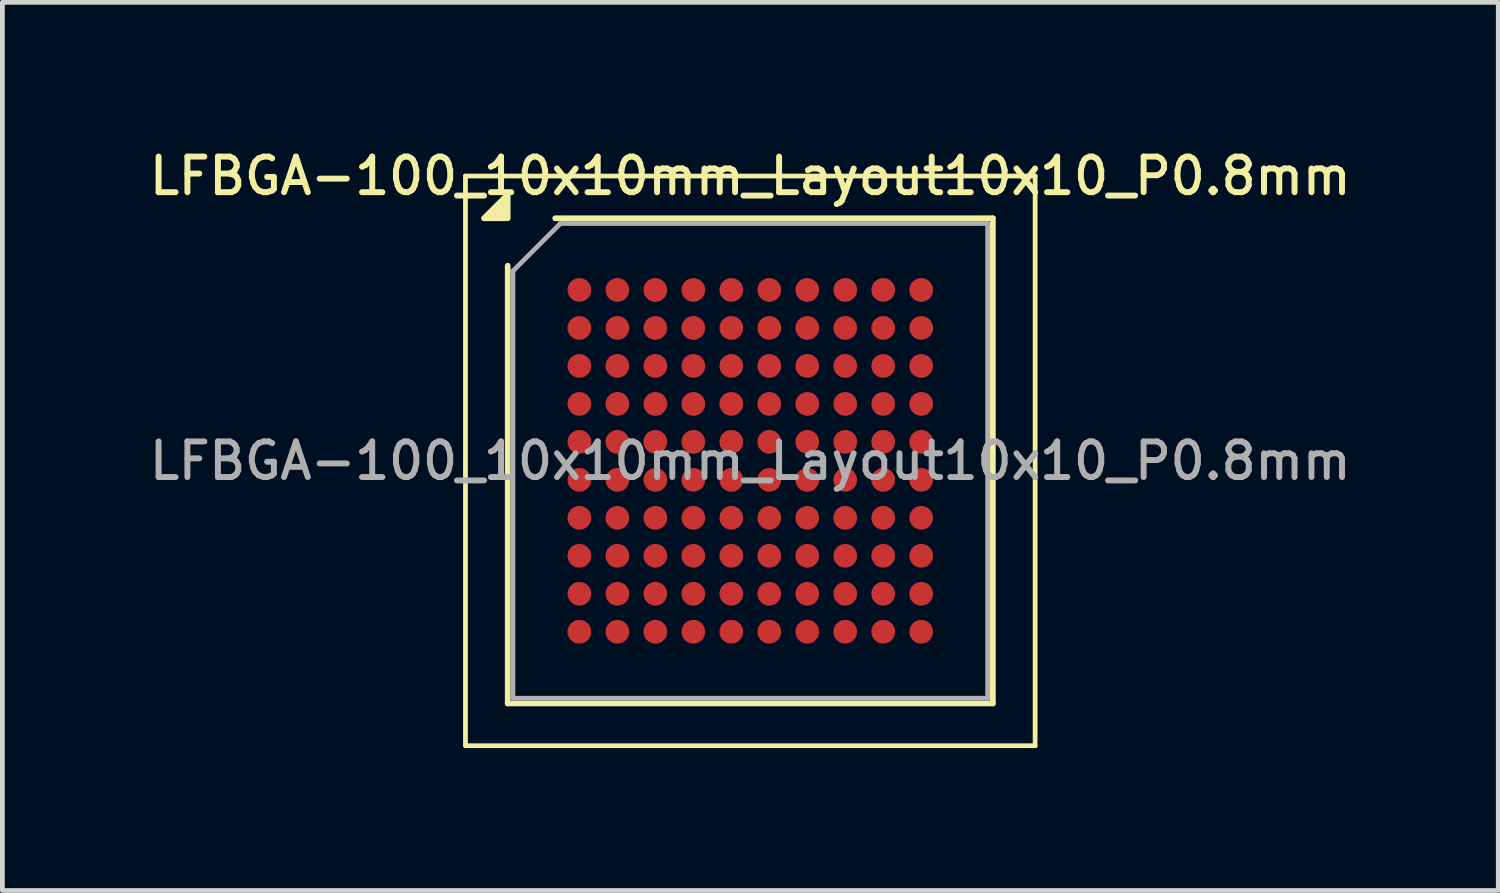
<source format=kicad_pcb>
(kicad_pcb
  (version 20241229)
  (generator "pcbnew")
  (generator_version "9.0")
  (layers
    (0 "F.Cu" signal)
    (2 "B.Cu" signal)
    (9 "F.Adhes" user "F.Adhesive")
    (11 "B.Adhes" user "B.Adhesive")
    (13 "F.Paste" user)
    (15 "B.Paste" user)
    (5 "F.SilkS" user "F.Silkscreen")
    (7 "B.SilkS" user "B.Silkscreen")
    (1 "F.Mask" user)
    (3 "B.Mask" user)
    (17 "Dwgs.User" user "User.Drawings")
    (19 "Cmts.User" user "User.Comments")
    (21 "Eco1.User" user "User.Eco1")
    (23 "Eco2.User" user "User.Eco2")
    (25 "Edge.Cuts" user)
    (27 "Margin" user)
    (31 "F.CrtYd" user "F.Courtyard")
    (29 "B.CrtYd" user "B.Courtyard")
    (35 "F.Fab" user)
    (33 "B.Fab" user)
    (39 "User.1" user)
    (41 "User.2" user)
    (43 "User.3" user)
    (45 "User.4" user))
  (footprint "LFBGA-100_10x10mm_Layout10x10_P0.8mm"
    (layer "F.Cu")
    (at 12.755 6.658)
    (property "Reference" "LFBGA-100_10x10mm_Layout10x10_P0.8mm" (at 0 -6 0) (layer "F.SilkS") (effects (font (size 0.75 0.75) (thickness 0.125))))
    (attr smd)
    (fp_line (start -6 -6) (end -6 6) (stroke (width 0.1) (type solid)) (layer "F.SilkS"))
    (fp_line (start -6 6) (end 6 6) (stroke (width 0.1) (type solid)) (layer "F.SilkS"))
    (fp_line (start -5.11 5.11) (end -5.11 -4.11) (stroke (width 0.12) (type solid)) (layer "F.SilkS"))
    (fp_line (start -4.11 -5.11) (end 5.11 -5.11) (stroke (width 0.12) (type solid)) (layer "F.SilkS"))
    (fp_line (start 5.11 -5.11) (end 5.11 5.11) (stroke (width 0.12) (type solid)) (layer "F.SilkS"))
    (fp_line (start 5.11 5.11) (end -5.11 5.11) (stroke (width 0.12) (type solid)) (layer "F.SilkS"))
    (fp_line (start 6 -6) (end -6 -6) (stroke (width 0.1) (type solid)) (layer "F.SilkS"))
    (fp_line (start 6 6) (end 6 -6) (stroke (width 0.1) (type solid)) (layer "F.SilkS"))
    (fp_poly (pts (xy -5.11 -5.11) (xy -5.61 -5.11) (xy -5.11 -5.61) (xy -5.11 -5.11)) (stroke (width 0.12) (type solid)) (fill yes) (layer "F.SilkS"))
    (fp_line (start -5 -4) (end -4 -5) (stroke (width 0.1) (type solid)) (layer "F.Fab"))
    (fp_line (start -5 5) (end -5 -4) (stroke (width 0.1) (type solid)) (layer "F.Fab"))
    (fp_line (start -4 -5) (end 5 -5) (stroke (width 0.1) (type solid)) (layer "F.Fab"))
    (fp_line (start 5 -5) (end 5 5) (stroke (width 0.1) (type solid)) (layer "F.Fab"))
    (fp_line (start 5 5) (end -5 5) (stroke (width 0.1) (type solid)) (layer "F.Fab"))
    (fp_text user "${REFERENCE}" (at 0 0 0) (layer "F.Fab") (effects (font (size 0.75 0.75) (thickness 0.125))))
    (pad "A1" smd circle (at -3.6 -3.6) (size 0.5 0.5) (property pad_prop_bga) (layers "F.Cu" "F.Mask" "F.Paste"))
    (pad "A2" smd circle (at -2.8 -3.6) (size 0.5 0.5) (property pad_prop_bga) (layers "F.Cu" "F.Mask" "F.Paste"))
    (pad "A3" smd circle (at -2 -3.6) (size 0.5 0.5) (property pad_prop_bga) (layers "F.Cu" "F.Mask" "F.Paste"))
    (pad "A4" smd circle (at -1.2 -3.6) (size 0.5 0.5) (property pad_prop_bga) (layers "F.Cu" "F.Mask" "F.Paste"))
    (pad "A5" smd circle (at -0.4 -3.6) (size 0.5 0.5) (property pad_prop_bga) (layers "F.Cu" "F.Mask" "F.Paste"))
    (pad "A6" smd circle (at 0.4 -3.6) (size 0.5 0.5) (property pad_prop_bga) (layers "F.Cu" "F.Mask" "F.Paste"))
    (pad "A7" smd circle (at 1.2 -3.6) (size 0.5 0.5) (property pad_prop_bga) (layers "F.Cu" "F.Mask" "F.Paste"))
    (pad "A8" smd circle (at 2 -3.6) (size 0.5 0.5) (property pad_prop_bga) (layers "F.Cu" "F.Mask" "F.Paste"))
    (pad "A9" smd circle (at 2.8 -3.6) (size 0.5 0.5) (property pad_prop_bga) (layers "F.Cu" "F.Mask" "F.Paste"))
    (pad "A10" smd circle (at 3.6 -3.6) (size 0.5 0.5) (property pad_prop_bga) (layers "F.Cu" "F.Mask" "F.Paste"))
    (pad "B1" smd circle (at -3.6 -2.8) (size 0.5 0.5) (property pad_prop_bga) (layers "F.Cu" "F.Mask" "F.Paste"))
    (pad "B2" smd circle (at -2.8 -2.8) (size 0.5 0.5) (property pad_prop_bga) (layers "F.Cu" "F.Mask" "F.Paste"))
    (pad "B3" smd circle (at -2 -2.8) (size 0.5 0.5) (property pad_prop_bga) (layers "F.Cu" "F.Mask" "F.Paste"))
    (pad "B4" smd circle (at -1.2 -2.8) (size 0.5 0.5) (property pad_prop_bga) (layers "F.Cu" "F.Mask" "F.Paste"))
    (pad "B5" smd circle (at -0.4 -2.8) (size 0.5 0.5) (property pad_prop_bga) (layers "F.Cu" "F.Mask" "F.Paste"))
    (pad "B6" smd circle (at 0.4 -2.8) (size 0.5 0.5) (property pad_prop_bga) (layers "F.Cu" "F.Mask" "F.Paste"))
    (pad "B7" smd circle (at 1.2 -2.8) (size 0.5 0.5) (property pad_prop_bga) (layers "F.Cu" "F.Mask" "F.Paste"))
    (pad "B8" smd circle (at 2 -2.8) (size 0.5 0.5) (property pad_prop_bga) (layers "F.Cu" "F.Mask" "F.Paste"))
    (pad "B9" smd circle (at 2.8 -2.8) (size 0.5 0.5) (property pad_prop_bga) (layers "F.Cu" "F.Mask" "F.Paste"))
    (pad "B10" smd circle (at 3.6 -2.8) (size 0.5 0.5) (property pad_prop_bga) (layers "F.Cu" "F.Mask" "F.Paste"))
    (pad "C1" smd circle (at -3.6 -2) (size 0.5 0.5) (property pad_prop_bga) (layers "F.Cu" "F.Mask" "F.Paste"))
    (pad "C2" smd circle (at -2.8 -2) (size 0.5 0.5) (property pad_prop_bga) (layers "F.Cu" "F.Mask" "F.Paste"))
    (pad "C3" smd circle (at -2 -2) (size 0.5 0.5) (property pad_prop_bga) (layers "F.Cu" "F.Mask" "F.Paste"))
    (pad "C4" smd circle (at -1.2 -2) (size 0.5 0.5) (property pad_prop_bga) (layers "F.Cu" "F.Mask" "F.Paste"))
    (pad "C5" smd circle (at -0.4 -2) (size 0.5 0.5) (property pad_prop_bga) (layers "F.Cu" "F.Mask" "F.Paste"))
    (pad "C6" smd circle (at 0.4 -2) (size 0.5 0.5) (property pad_prop_bga) (layers "F.Cu" "F.Mask" "F.Paste"))
    (pad "C7" smd circle (at 1.2 -2) (size 0.5 0.5) (property pad_prop_bga) (layers "F.Cu" "F.Mask" "F.Paste"))
    (pad "C8" smd circle (at 2 -2) (size 0.5 0.5) (property pad_prop_bga) (layers "F.Cu" "F.Mask" "F.Paste"))
    (pad "C9" smd circle (at 2.8 -2) (size 0.5 0.5) (property pad_prop_bga) (layers "F.Cu" "F.Mask" "F.Paste"))
    (pad "C10" smd circle (at 3.6 -2) (size 0.5 0.5) (property pad_prop_bga) (layers "F.Cu" "F.Mask" "F.Paste"))
    (pad "D1" smd circle (at -3.6 -1.2) (size 0.5 0.5) (property pad_prop_bga) (layers "F.Cu" "F.Mask" "F.Paste"))
    (pad "D2" smd circle (at -2.8 -1.2) (size 0.5 0.5) (property pad_prop_bga) (layers "F.Cu" "F.Mask" "F.Paste"))
    (pad "D3" smd circle (at -2 -1.2) (size 0.5 0.5) (property pad_prop_bga) (layers "F.Cu" "F.Mask" "F.Paste"))
    (pad "D4" smd circle (at -1.2 -1.2) (size 0.5 0.5) (property pad_prop_bga) (layers "F.Cu" "F.Mask" "F.Paste"))
    (pad "D5" smd circle (at -0.4 -1.2) (size 0.5 0.5) (property pad_prop_bga) (layers "F.Cu" "F.Mask" "F.Paste"))
    (pad "D6" smd circle (at 0.4 -1.2) (size 0.5 0.5) (property pad_prop_bga) (layers "F.Cu" "F.Mask" "F.Paste"))
    (pad "D7" smd circle (at 1.2 -1.2) (size 0.5 0.5) (property pad_prop_bga) (layers "F.Cu" "F.Mask" "F.Paste"))
    (pad "D8" smd circle (at 2 -1.2) (size 0.5 0.5) (property pad_prop_bga) (layers "F.Cu" "F.Mask" "F.Paste"))
    (pad "D9" smd circle (at 2.8 -1.2) (size 0.5 0.5) (property pad_prop_bga) (layers "F.Cu" "F.Mask" "F.Paste"))
    (pad "D10" smd circle (at 3.6 -1.2) (size 0.5 0.5) (property pad_prop_bga) (layers "F.Cu" "F.Mask" "F.Paste"))
    (pad "E1" smd circle (at -3.6 -0.4) (size 0.5 0.5) (property pad_prop_bga) (layers "F.Cu" "F.Mask" "F.Paste"))
    (pad "E2" smd circle (at -2.8 -0.4) (size 0.5 0.5) (property pad_prop_bga) (layers "F.Cu" "F.Mask" "F.Paste"))
    (pad "E3" smd circle (at -2 -0.4) (size 0.5 0.5) (property pad_prop_bga) (layers "F.Cu" "F.Mask" "F.Paste"))
    (pad "E4" smd circle (at -1.2 -0.4) (size 0.5 0.5) (property pad_prop_bga) (layers "F.Cu" "F.Mask" "F.Paste"))
    (pad "E5" smd circle (at -0.4 -0.4) (size 0.5 0.5) (property pad_prop_bga) (layers "F.Cu" "F.Mask" "F.Paste"))
    (pad "E6" smd circle (at 0.4 -0.4) (size 0.5 0.5) (property pad_prop_bga) (layers "F.Cu" "F.Mask" "F.Paste"))
    (pad "E7" smd circle (at 1.2 -0.4) (size 0.5 0.5) (property pad_prop_bga) (layers "F.Cu" "F.Mask" "F.Paste"))
    (pad "E8" smd circle (at 2 -0.4) (size 0.5 0.5) (property pad_prop_bga) (layers "F.Cu" "F.Mask" "F.Paste"))
    (pad "E9" smd circle (at 2.8 -0.4) (size 0.5 0.5) (property pad_prop_bga) (layers "F.Cu" "F.Mask" "F.Paste"))
    (pad "E10" smd circle (at 3.6 -0.4) (size 0.5 0.5) (property pad_prop_bga) (layers "F.Cu" "F.Mask" "F.Paste"))
    (pad "F1" smd circle (at -3.6 0.4) (size 0.5 0.5) (property pad_prop_bga) (layers "F.Cu" "F.Mask" "F.Paste"))
    (pad "F2" smd circle (at -2.8 0.4) (size 0.5 0.5) (property pad_prop_bga) (layers "F.Cu" "F.Mask" "F.Paste"))
    (pad "F3" smd circle (at -2 0.4) (size 0.5 0.5) (property pad_prop_bga) (layers "F.Cu" "F.Mask" "F.Paste"))
    (pad "F4" smd circle (at -1.2 0.4) (size 0.5 0.5) (property pad_prop_bga) (layers "F.Cu" "F.Mask" "F.Paste"))
    (pad "F5" smd circle (at -0.4 0.4) (size 0.5 0.5) (property pad_prop_bga) (layers "F.Cu" "F.Mask" "F.Paste"))
    (pad "F6" smd circle (at 0.4 0.4) (size 0.5 0.5) (property pad_prop_bga) (layers "F.Cu" "F.Mask" "F.Paste"))
    (pad "F7" smd circle (at 1.2 0.4) (size 0.5 0.5) (property pad_prop_bga) (layers "F.Cu" "F.Mask" "F.Paste"))
    (pad "F8" smd circle (at 2 0.4) (size 0.5 0.5) (property pad_prop_bga) (layers "F.Cu" "F.Mask" "F.Paste"))
    (pad "F9" smd circle (at 2.8 0.4) (size 0.5 0.5) (property pad_prop_bga) (layers "F.Cu" "F.Mask" "F.Paste"))
    (pad "F10" smd circle (at 3.6 0.4) (size 0.5 0.5) (property pad_prop_bga) (layers "F.Cu" "F.Mask" "F.Paste"))
    (pad "G1" smd circle (at -3.6 1.2) (size 0.5 0.5) (property pad_prop_bga) (layers "F.Cu" "F.Mask" "F.Paste"))
    (pad "G2" smd circle (at -2.8 1.2) (size 0.5 0.5) (property pad_prop_bga) (layers "F.Cu" "F.Mask" "F.Paste"))
    (pad "G3" smd circle (at -2 1.2) (size 0.5 0.5) (property pad_prop_bga) (layers "F.Cu" "F.Mask" "F.Paste"))
    (pad "G4" smd circle (at -1.2 1.2) (size 0.5 0.5) (property pad_prop_bga) (layers "F.Cu" "F.Mask" "F.Paste"))
    (pad "G5" smd circle (at -0.4 1.2) (size 0.5 0.5) (property pad_prop_bga) (layers "F.Cu" "F.Mask" "F.Paste"))
    (pad "G6" smd circle (at 0.4 1.2) (size 0.5 0.5) (property pad_prop_bga) (layers "F.Cu" "F.Mask" "F.Paste"))
    (pad "G7" smd circle (at 1.2 1.2) (size 0.5 0.5) (property pad_prop_bga) (layers "F.Cu" "F.Mask" "F.Paste"))
    (pad "G8" smd circle (at 2 1.2) (size 0.5 0.5) (property pad_prop_bga) (layers "F.Cu" "F.Mask" "F.Paste"))
    (pad "G9" smd circle (at 2.8 1.2) (size 0.5 0.5) (property pad_prop_bga) (layers "F.Cu" "F.Mask" "F.Paste"))
    (pad "G10" smd circle (at 3.6 1.2) (size 0.5 0.5) (property pad_prop_bga) (layers "F.Cu" "F.Mask" "F.Paste"))
    (pad "H1" smd circle (at -3.6 2) (size 0.5 0.5) (property pad_prop_bga) (layers "F.Cu" "F.Mask" "F.Paste"))
    (pad "H2" smd circle (at -2.8 2) (size 0.5 0.5) (property pad_prop_bga) (layers "F.Cu" "F.Mask" "F.Paste"))
    (pad "H3" smd circle (at -2 2) (size 0.5 0.5) (property pad_prop_bga) (layers "F.Cu" "F.Mask" "F.Paste"))
    (pad "H4" smd circle (at -1.2 2) (size 0.5 0.5) (property pad_prop_bga) (layers "F.Cu" "F.Mask" "F.Paste"))
    (pad "H5" smd circle (at -0.4 2) (size 0.5 0.5) (property pad_prop_bga) (layers "F.Cu" "F.Mask" "F.Paste"))
    (pad "H6" smd circle (at 0.4 2) (size 0.5 0.5) (property pad_prop_bga) (layers "F.Cu" "F.Mask" "F.Paste"))
    (pad "H7" smd circle (at 1.2 2) (size 0.5 0.5) (property pad_prop_bga) (layers "F.Cu" "F.Mask" "F.Paste"))
    (pad "H8" smd circle (at 2 2) (size 0.5 0.5) (property pad_prop_bga) (layers "F.Cu" "F.Mask" "F.Paste"))
    (pad "H9" smd circle (at 2.8 2) (size 0.5 0.5) (property pad_prop_bga) (layers "F.Cu" "F.Mask" "F.Paste"))
    (pad "H10" smd circle (at 3.6 2) (size 0.5 0.5) (property pad_prop_bga) (layers "F.Cu" "F.Mask" "F.Paste"))
    (pad "J1" smd circle (at -3.6 2.8) (size 0.5 0.5) (property pad_prop_bga) (layers "F.Cu" "F.Mask" "F.Paste"))
    (pad "J2" smd circle (at -2.8 2.8) (size 0.5 0.5) (property pad_prop_bga) (layers "F.Cu" "F.Mask" "F.Paste"))
    (pad "J3" smd circle (at -2 2.8) (size 0.5 0.5) (property pad_prop_bga) (layers "F.Cu" "F.Mask" "F.Paste"))
    (pad "J4" smd circle (at -1.2 2.8) (size 0.5 0.5) (property pad_prop_bga) (layers "F.Cu" "F.Mask" "F.Paste"))
    (pad "J5" smd circle (at -0.4 2.8) (size 0.5 0.5) (property pad_prop_bga) (layers "F.Cu" "F.Mask" "F.Paste"))
    (pad "J6" smd circle (at 0.4 2.8) (size 0.5 0.5) (property pad_prop_bga) (layers "F.Cu" "F.Mask" "F.Paste"))
    (pad "J7" smd circle (at 1.2 2.8) (size 0.5 0.5) (property pad_prop_bga) (layers "F.Cu" "F.Mask" "F.Paste"))
    (pad "J8" smd circle (at 2 2.8) (size 0.5 0.5) (property pad_prop_bga) (layers "F.Cu" "F.Mask" "F.Paste"))
    (pad "J9" smd circle (at 2.8 2.8) (size 0.5 0.5) (property pad_prop_bga) (layers "F.Cu" "F.Mask" "F.Paste"))
    (pad "J10" smd circle (at 3.6 2.8) (size 0.5 0.5) (property pad_prop_bga) (layers "F.Cu" "F.Mask" "F.Paste"))
    (pad "K1" smd circle (at -3.6 3.6) (size 0.5 0.5) (property pad_prop_bga) (layers "F.Cu" "F.Mask" "F.Paste"))
    (pad "K2" smd circle (at -2.8 3.6) (size 0.5 0.5) (property pad_prop_bga) (layers "F.Cu" "F.Mask" "F.Paste"))
    (pad "K3" smd circle (at -2 3.6) (size 0.5 0.5) (property pad_prop_bga) (layers "F.Cu" "F.Mask" "F.Paste"))
    (pad "K4" smd circle (at -1.2 3.6) (size 0.5 0.5) (property pad_prop_bga) (layers "F.Cu" "F.Mask" "F.Paste"))
    (pad "K5" smd circle (at -0.4 3.6) (size 0.5 0.5) (property pad_prop_bga) (layers "F.Cu" "F.Mask" "F.Paste"))
    (pad "K6" smd circle (at 0.4 3.6) (size 0.5 0.5) (property pad_prop_bga) (layers "F.Cu" "F.Mask" "F.Paste"))
    (pad "K7" smd circle (at 1.2 3.6) (size 0.5 0.5) (property pad_prop_bga) (layers "F.Cu" "F.Mask" "F.Paste"))
    (pad "K8" smd circle (at 2 3.6) (size 0.5 0.5) (property pad_prop_bga) (layers "F.Cu" "F.Mask" "F.Paste"))
    (pad "K9" smd circle (at 2.8 3.6) (size 0.5 0.5) (property pad_prop_bga) (layers "F.Cu" "F.Mask" "F.Paste"))
    (pad "K10" smd circle (at 3.6 3.6) (size 0.5 0.5) (property pad_prop_bga) (layers "F.Cu" "F.Mask" "F.Paste")))
  (gr_rect
    (start -3 -3)
    (end 28.511 15.708)
    (stroke (width 0.1) (type default))
    (fill no)
    (layer "Edge.Cuts")))
</source>
